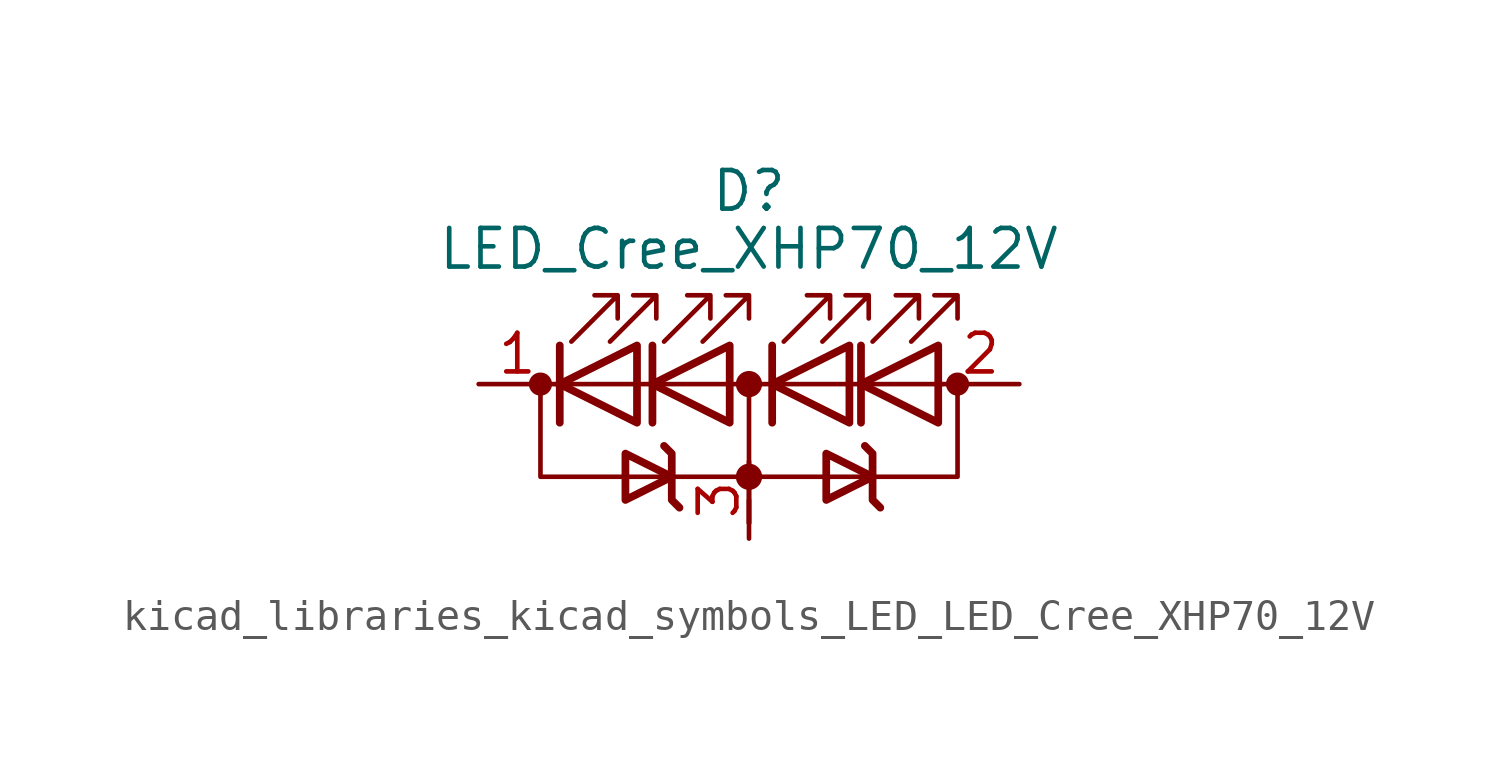
<source format=kicad_sym>
(kicad_symbol_lib
  (version 20220914)
  (generator kicad_symbol_editor)
  (symbol "kicad_libraries_kicad_symbols_LED_LED_Cree_XHP70_12V"
    (pin_names
      (offset 1.016) hide)
    (property "Reference" "D"
      (at 0 6.35 0)
      (effects (font (size 1.27 1.27))))
    (property "Value" "LED_Cree_XHP70_12V"
      (at 0 4.445 0)
      (effects (font (size 1.27 1.27))))
    (symbol "kicad_libraries_kicad_symbols_LED_LED_Cree_XHP70_12V_0_1"
      (circle (center -6.858 0) (radius 0.254) (stroke (width 0.254) (type default)) (fill (type outline)))
      (circle (center 0 -3.048) (radius 0.356) (stroke (width 0) (type default)) (fill (type outline)))
      (polyline (pts (xy -6.35 0) (xy 6.35 0)) (stroke (width 0) (type default)) (fill (type none)))
      (polyline (pts (xy -6.223 -1.27) (xy -6.223 1.27)) (stroke (width 0.254) (type default)) (fill (type none)))
      (polyline (pts (xy -3.175 -1.27) (xy -3.175 1.27)) (stroke (width 0.254) (type default)) (fill (type none)))
      (polyline (pts (xy 0 -3.81) (xy 0 -4.572)) (stroke (width 0) (type default)) (fill (type none)))
      (polyline (pts (xy 0 0) (xy 0 -4.572)) (stroke (width 0) (type default)) (fill (type none)))
      (polyline (pts (xy 0.762 -1.27) (xy 0.762 1.27)) (stroke (width 0.254) (type default)) (fill (type none)))
      (polyline (pts (xy 3.683 -1.27) (xy 3.683 1.27)) (stroke (width 0.254) (type default)) (fill (type none)))
      (polyline (pts (xy -6.858 0) (xy -6.858 -3.048) (xy 6.858 -3.048) (xy 6.858 0)) (stroke (width 0) (type default)) (fill (type none)))
      (polyline (pts (xy -3.683 -1.27) (xy -3.683 1.27) (xy -6.223 0) (xy -3.683 -1.27)) (stroke (width 0.254) (type default)) (fill (type none)))
      (polyline (pts (xy -2.286 -4.064) (xy -2.54 -3.81) (xy -2.54 -2.286) (xy -2.794 -2.032)) (stroke (width 0.254) (type default)) (fill (type none)))
      (polyline (pts (xy -0.635 -1.27) (xy -0.635 1.27) (xy -3.175 0) (xy -0.635 -1.27)) (stroke (width 0.254) (type default)) (fill (type none)))
      (polyline (pts (xy 3.302 -1.27) (xy 3.302 1.27) (xy 0.762 0) (xy 3.302 -1.27)) (stroke (width 0.254) (type default)) (fill (type none)))
      (polyline (pts (xy 4.318 -4.064) (xy 4.064 -3.81) (xy 4.064 -2.286) (xy 3.81 -2.032)) (stroke (width 0.254) (type default)) (fill (type none)))
      (polyline (pts (xy 6.223 -1.27) (xy 6.223 1.27) (xy 3.683 0) (xy 6.223 -1.27)) (stroke (width 0.254) (type default)) (fill (type none)))
      (polyline (pts (xy -5.842 1.397) (xy -4.318 2.921) (xy -5.08 2.921) (xy -4.318 2.921) (xy -4.318 2.159)) (stroke (width 0) (type default)) (fill (type none)))
      (polyline (pts (xy -4.572 1.397) (xy -3.048 2.921) (xy -3.81 2.921) (xy -3.048 2.921) (xy -3.048 2.159)) (stroke (width 0) (type default)) (fill (type none)))
      (polyline (pts (xy -4.064 -3.81) (xy -4.064 -2.286) (xy -2.54 -3.048) (xy -4.064 -3.81) (xy -4.064 -3.556)) (stroke (width 0.254) (type default)) (fill (type none)))
      (polyline (pts (xy -2.794 1.397) (xy -1.27 2.921) (xy -2.032 2.921) (xy -1.27 2.921) (xy -1.27 2.159)) (stroke (width 0) (type default)) (fill (type none)))
      (polyline (pts (xy -1.524 1.397) (xy 0 2.921) (xy -0.762 2.921) (xy 0 2.921) (xy 0 2.159)) (stroke (width 0) (type default)) (fill (type none)))
      (polyline (pts (xy 1.143 1.397) (xy 2.667 2.921) (xy 1.905 2.921) (xy 2.667 2.921) (xy 2.667 2.159)) (stroke (width 0) (type default)) (fill (type none)))
      (polyline (pts (xy 2.413 1.397) (xy 3.937 2.921) (xy 3.175 2.921) (xy 3.937 2.921) (xy 3.937 2.159)) (stroke (width 0) (type default)) (fill (type none)))
      (polyline (pts (xy 2.54 -3.81) (xy 2.54 -2.286) (xy 4.064 -3.048) (xy 2.54 -3.81) (xy 2.54 -3.556)) (stroke (width 0.254) (type default)) (fill (type none)))
      (polyline (pts (xy 4.064 1.397) (xy 5.588 2.921) (xy 4.826 2.921) (xy 5.588 2.921) (xy 5.588 2.159)) (stroke (width 0) (type default)) (fill (type none)))
      (polyline (pts (xy 5.334 1.397) (xy 6.858 2.921) (xy 6.096 2.921) (xy 6.858 2.921) (xy 6.858 2.159)) (stroke (width 0) (type default)) (fill (type none)))
      (circle (center 0 0) (radius 0.356) (stroke (width 0) (type default)) (fill (type outline)))
      (circle (center 6.858 0) (radius 0.254) (stroke (width 0.254) (type default)) (fill (type outline))))
    (symbol "kicad_libraries_kicad_symbols_LED_LED_Cree_XHP70_12V_1_1"
      (pin passive line (at -8.89 0 0) (length 2.54) (name "K" (effects (font (size 1.27 1.27)))) (number "1" (effects (font (size 1.27 1.27)))))
      (pin passive line (at 8.89 0 180) (length 2.54) (name "A" (effects (font (size 1.27 1.27)))) (number "2" (effects (font (size 1.27 1.27)))))
      (pin passive line (at 0 -5.08 90) (length 2.54) (name "PAD" (effects (font (size 1.27 1.27)))) (number "3" (effects (font (size 1.27 1.27))))))))
</source>
